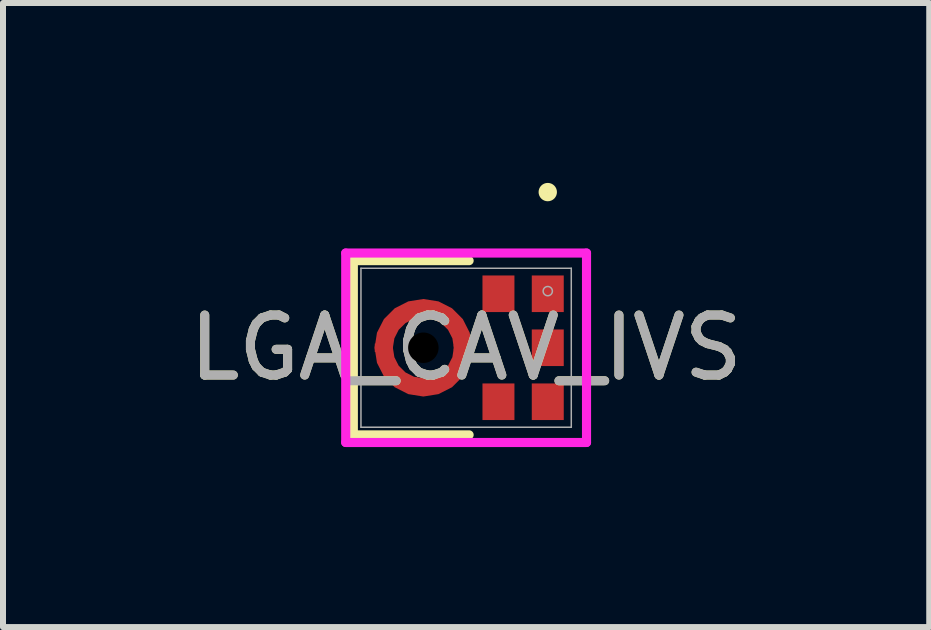
<source format=kicad_pcb>
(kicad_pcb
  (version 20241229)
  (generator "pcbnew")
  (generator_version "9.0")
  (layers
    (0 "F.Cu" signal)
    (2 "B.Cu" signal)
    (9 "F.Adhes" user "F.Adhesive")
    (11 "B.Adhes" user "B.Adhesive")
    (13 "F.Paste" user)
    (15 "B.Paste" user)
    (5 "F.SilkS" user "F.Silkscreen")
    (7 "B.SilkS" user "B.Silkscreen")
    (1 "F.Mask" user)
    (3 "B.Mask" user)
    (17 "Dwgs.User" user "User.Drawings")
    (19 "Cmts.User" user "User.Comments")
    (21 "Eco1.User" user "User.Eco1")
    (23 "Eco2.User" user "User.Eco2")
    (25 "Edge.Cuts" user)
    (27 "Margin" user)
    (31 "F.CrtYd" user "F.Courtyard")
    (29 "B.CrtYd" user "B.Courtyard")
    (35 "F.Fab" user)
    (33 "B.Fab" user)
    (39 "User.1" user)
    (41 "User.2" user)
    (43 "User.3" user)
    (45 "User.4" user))
  (footprint "LGA_CAV_IVS"
    (layer "F.Cu")
    (at 4.72 2.747)
    (property "Reference" "LGA_CAV_IVS" (at 0 0 0) (unlocked yes) (layer "F.SilkS") (effects (font (size 1 1) (thickness 0.15))))
    (attr smd)
    (fp_poly (pts (xy 0.097 -0.071) (xy 0.1 0) (xy 0.06 0.251) (xy -0.055 0.478) (xy -0.235 0.658) (xy -0.461 0.773) (xy -0.713 0.813) (xy -0.964 0.773) (xy -1.19 0.658) (xy -1.37 0.478) (xy -1.486 0.251) (xy -1.525 0) (xy -1.522 -0.071) (xy -1.219 -0.044) (xy -1.221 0) (xy -1.196 0.157) (xy -1.124 0.299) (xy -1.011 0.411) (xy -0.87 0.483) (xy -0.713 0.508) (xy -0.556 0.483) (xy -0.414 0.411) (xy -0.302 0.299) (xy -0.229 0.157) (xy -0.205 0) (xy -0.207 -0.044)) (stroke (width 0) (type solid)) (fill yes) (layer "F.Cu"))
    (fp_poly (pts (xy 0.097 0.071) (xy 0.1 0) (xy 0.06 -0.251) (xy -0.055 -0.478) (xy -0.235 -0.658) (xy -0.461 -0.773) (xy -0.713 -0.813) (xy -0.964 -0.773) (xy -1.19 -0.658) (xy -1.37 -0.478) (xy -1.486 -0.251) (xy -1.525 0) (xy -1.522 0.071) (xy -1.219 0.044) (xy -1.221 0) (xy -1.196 -0.157) (xy -1.124 -0.299) (xy -1.011 -0.411) (xy -0.87 -0.483) (xy -0.713 -0.508) (xy -0.556 -0.483) (xy -0.414 -0.411) (xy -0.302 -0.299) (xy -0.229 -0.157) (xy -0.205 0) (xy -0.207 0.044)) (stroke (width 0) (type solid)) (fill yes) (layer "F.Cu"))
    (fp_poly (pts (xy 0.097 -0.071) (xy 0.1 0) (xy 0.06 0.251) (xy -0.055 0.478) (xy -0.235 0.658) (xy -0.461 0.773) (xy -0.713 0.813) (xy -0.964 0.773) (xy -1.19 0.658) (xy -1.37 0.478) (xy -1.486 0.251) (xy -1.525 0) (xy -1.522 -0.071) (xy -1.219 -0.044) (xy -1.221 0) (xy -1.196 0.157) (xy -1.124 0.299) (xy -1.011 0.411) (xy -0.87 0.483) (xy -0.713 0.508) (xy -0.556 0.483) (xy -0.414 0.411) (xy -0.302 0.299) (xy -0.229 0.157) (xy -0.205 0) (xy -0.207 -0.044)) (stroke (width 0) (type solid)) (fill yes) (layer "F.Mask"))
    (fp_poly (pts (xy 0.097 0.071) (xy 0.1 0) (xy 0.06 -0.251) (xy -0.055 -0.478) (xy -0.235 -0.658) (xy -0.461 -0.773) (xy -0.713 -0.813) (xy -0.964 -0.773) (xy -1.19 -0.658) (xy -1.37 -0.478) (xy -1.486 -0.251) (xy -1.525 0) (xy -1.522 0.071) (xy -1.219 0.044) (xy -1.221 0) (xy -1.196 -0.157) (xy -1.124 -0.299) (xy -1.011 -0.411) (xy -0.87 -0.483) (xy -0.713 -0.508) (xy -0.556 -0.483) (xy -0.414 -0.411) (xy -0.302 -0.299) (xy -0.229 -0.157) (xy -0.205 0) (xy -0.207 0.044)) (stroke (width 0) (type solid)) (fill yes) (layer "F.Mask"))
    (fp_line (start -1.88 -1.452) (end 0.05 -1.452) (stroke (width 0.152) (type solid)) (layer "F.SilkS"))
    (fp_line (start -1.88 1.452) (end -1.88 -1.452) (stroke (width 0.152) (type solid)) (layer "F.SilkS"))
    (fp_line (start 0.05 1.452) (end -1.88 1.452) (stroke (width 0.152) (type solid)) (layer "F.SilkS"))
    (fp_circle (center 1.361 -2.595) (end 1.438 -2.595) (stroke (width 0.152) (type solid)) (fill no) (layer "F.SilkS"))
    (fp_poly (pts (xy 0.097 -0.071) (xy 0.1 0) (xy 0.06 0.251) (xy -0.055 0.478) (xy -0.235 0.658) (xy -0.461 0.773) (xy -0.713 0.813) (xy -0.964 0.773) (xy -1.19 0.658) (xy -1.37 0.478) (xy -1.486 0.251) (xy -1.525 0) (xy -1.522 -0.071) (xy -1.219 -0.044) (xy -1.221 0) (xy -1.196 0.157) (xy -1.124 0.299) (xy -1.011 0.411) (xy -0.87 0.483) (xy -0.713 0.508) (xy -0.556 0.483) (xy -0.414 0.411) (xy -0.302 0.299) (xy -0.229 0.157) (xy -0.205 0) (xy -0.207 -0.044)) (stroke (width 0) (type solid)) (fill yes) (layer "F.Paste"))
    (fp_poly (pts (xy 0.097 -0.071) (xy 0.1 0) (xy 0.06 0.251) (xy -0.055 0.478) (xy -0.235 0.658) (xy -0.461 0.773) (xy -0.713 0.813) (xy -0.964 0.773) (xy -1.19 0.658) (xy -1.37 0.478) (xy -1.486 0.251) (xy -1.525 0) (xy -1.522 -0.071) (xy -1.219 -0.044) (xy -1.221 0) (xy -1.196 0.157) (xy -1.124 0.299) (xy -1.011 0.411) (xy -0.87 0.483) (xy -0.713 0.508) (xy -0.556 0.483) (xy -0.414 0.411) (xy -0.302 0.299) (xy -0.229 0.157) (xy -0.205 0) (xy -0.207 -0.044)) (stroke (width 0) (type solid)) (fill yes) (layer "F.Paste"))
    (fp_poly (pts (xy 0.097 -0.071) (xy 0.1 0) (xy 0.06 0.251) (xy -0.055 0.478) (xy -0.235 0.658) (xy -0.461 0.773) (xy -0.713 0.813) (xy -0.964 0.773) (xy -1.19 0.658) (xy -1.37 0.478) (xy -1.486 0.251) (xy -1.525 0) (xy -1.522 -0.071) (xy -1.219 -0.044) (xy -1.221 0) (xy -1.196 0.157) (xy -1.124 0.299) (xy -1.011 0.411) (xy -0.87 0.483) (xy -0.713 0.508) (xy -0.556 0.483) (xy -0.414 0.411) (xy -0.302 0.299) (xy -0.229 0.157) (xy -0.205 0) (xy -0.207 -0.044)) (stroke (width 0) (type solid)) (fill yes) (layer "F.Paste"))
    (fp_poly (pts (xy 0.097 0.071) (xy 0.1 0) (xy 0.06 -0.251) (xy -0.055 -0.478) (xy -0.235 -0.658) (xy -0.461 -0.773) (xy -0.713 -0.813) (xy -0.964 -0.773) (xy -1.19 -0.658) (xy -1.37 -0.478) (xy -1.486 -0.251) (xy -1.525 0) (xy -1.522 0.071) (xy -1.219 0.044) (xy -1.221 0) (xy -1.196 -0.157) (xy -1.124 -0.299) (xy -1.011 -0.411) (xy -0.87 -0.483) (xy -0.713 -0.508) (xy -0.556 -0.483) (xy -0.414 -0.411) (xy -0.302 -0.299) (xy -0.229 -0.157) (xy -0.205 0) (xy -0.207 0.044)) (stroke (width 0) (type solid)) (fill yes) (layer "F.Paste"))
    (fp_poly (pts (xy 0.097 0.071) (xy 0.1 0) (xy 0.06 -0.251) (xy -0.055 -0.478) (xy -0.235 -0.658) (xy -0.461 -0.773) (xy -0.713 -0.813) (xy -0.964 -0.773) (xy -1.19 -0.658) (xy -1.37 -0.478) (xy -1.486 -0.251) (xy -1.525 0) (xy -1.522 0.071) (xy -1.219 0.044) (xy -1.221 0) (xy -1.196 -0.157) (xy -1.124 -0.299) (xy -1.011 -0.411) (xy -0.87 -0.483) (xy -0.713 -0.508) (xy -0.556 -0.483) (xy -0.414 -0.411) (xy -0.302 -0.299) (xy -0.229 -0.157) (xy -0.205 0) (xy -0.207 0.044)) (stroke (width 0) (type solid)) (fill yes) (layer "F.Paste"))
    (fp_poly (pts (xy 0.097 0.071) (xy 0.1 0) (xy 0.06 -0.251) (xy -0.055 -0.478) (xy -0.235 -0.658) (xy -0.461 -0.773) (xy -0.713 -0.813) (xy -0.964 -0.773) (xy -1.19 -0.658) (xy -1.37 -0.478) (xy -1.486 -0.251) (xy -1.525 0) (xy -1.522 0.071) (xy -1.219 0.044) (xy -1.221 0) (xy -1.196 -0.157) (xy -1.124 -0.299) (xy -1.011 -0.411) (xy -0.87 -0.483) (xy -0.713 -0.508) (xy -0.556 -0.483) (xy -0.414 -0.411) (xy -0.302 -0.299) (xy -0.229 -0.157) (xy -0.205 0) (xy -0.207 0.044)) (stroke (width 0) (type solid)) (fill yes) (layer "F.Paste"))
    (fp_line (start -2.007 -1.579) (end -2.007 1.579) (stroke (width 0.152) (type solid)) (layer "F.CrtYd"))
    (fp_line (start -2.007 1.579) (end 2.007 1.579) (stroke (width 0.152) (type solid)) (layer "F.CrtYd"))
    (fp_line (start 2.007 -1.579) (end -2.007 -1.579) (stroke (width 0.152) (type solid)) (layer "F.CrtYd"))
    (fp_line (start 2.007 1.579) (end 2.007 -1.579) (stroke (width 0.152) (type solid)) (layer "F.CrtYd"))
    (fp_line (start -1.753 -1.325) (end -1.753 1.325) (stroke (width 0.025) (type solid)) (layer "F.Fab"))
    (fp_line (start -1.753 1.325) (end 1.753 1.325) (stroke (width 0.025) (type solid)) (layer "F.Fab"))
    (fp_line (start 1.753 -1.325) (end -1.753 -1.325) (stroke (width 0.025) (type solid)) (layer "F.Fab"))
    (fp_line (start 1.753 1.325) (end 1.753 -1.325) (stroke (width 0.025) (type solid)) (layer "F.Fab"))
    (fp_circle (center 1.361 -0.944) (end 1.438 -0.944) (stroke (width 0.025) (type solid)) (fill no) (layer "F.Fab"))
    (fp_text user "${REFERENCE}" (at 0 0 0) (unlocked yes) (layer "F.Fab") (effects (font (size 1 1) (thickness 0.15))))
    (pad "" np_thru_hole circle (at -0.713 0) (size 0.508 0.508) (drill 0.508) (layers))
    (pad "1" smd rect (at 1.361 -0.9) (size 0.533 0.61) (layers "F.Cu" "F.Mask" "F.Paste"))
    (pad "2" smd rect (at 0.539 -0.9) (size 0.533 0.61) (layers "F.Cu" "F.Mask" "F.Paste"))
    (pad "3" smd rect (at -1.373 0) (size 0.127 0.127) (layers "F.Cu" "F.Mask" "F.Paste"))
    (pad "4" smd rect (at 0.539 0.9) (size 0.533 0.61) (layers "F.Cu" "F.Mask" "F.Paste"))
    (pad "5" smd rect (at 1.361 0.9) (size 0.533 0.61) (layers "F.Cu" "F.Mask" "F.Paste"))
    (pad "7" smd rect (at 1.361 0) (size 0.533 0.61) (layers "F.Cu" "F.Mask" "F.Paste")))
  (gr_rect
    (start -3 -3)
    (end 12.44 7.403)
    (stroke (width 0.1) (type default))
    (fill no)
    (layer "Edge.Cuts")))
</source>
